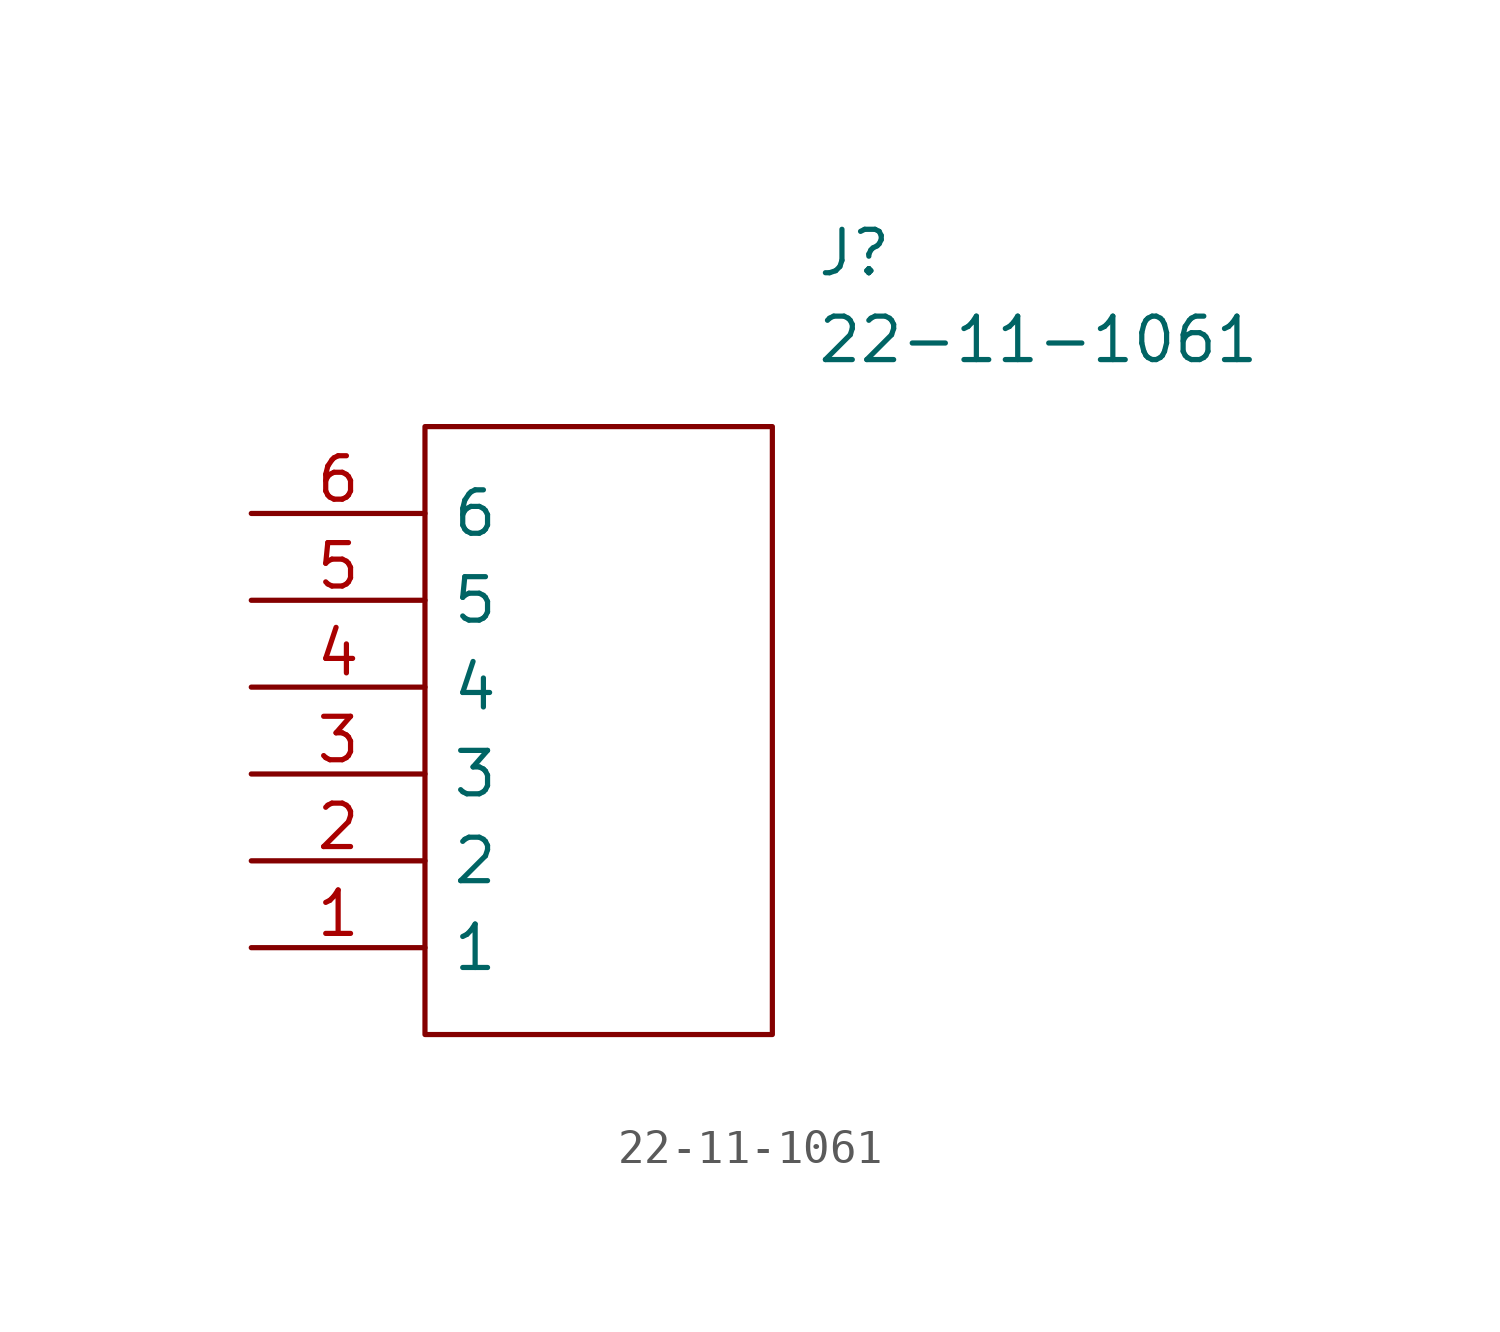
<source format=kicad_sym>
(kicad_symbol_lib
  (version 20211014)
  (generator kicad_symbol_editor)
  (symbol "22-11-1061"
    (pin_names
      (offset 0.762))
    (property "Reference" "J"
      (at 16.51 7.62 0)
      (effects (font (size 1.27 1.27)) (justify left)))
    (property "Value" "22-11-1061"
      (at 16.51 5.08 0)
      (effects (font (size 1.27 1.27)) (justify left)))
    (symbol "22-11-1061_0_0"
      (pin passive line (at 0 -12.7 0) (length 5.08) (name "1" (effects (font (size 1.27 1.27)))) (number "1" (effects (font (size 1.27 1.27)))))
      (pin passive line (at 0 -10.16 0) (length 5.08) (name "2" (effects (font (size 1.27 1.27)))) (number "2" (effects (font (size 1.27 1.27)))))
      (pin passive line (at 0 -7.62 0) (length 5.08) (name "3" (effects (font (size 1.27 1.27)))) (number "3" (effects (font (size 1.27 1.27)))))
      (pin passive line (at 0 -5.08 0) (length 5.08) (name "4" (effects (font (size 1.27 1.27)))) (number "4" (effects (font (size 1.27 1.27)))))
      (pin passive line (at 0 -2.54 0) (length 5.08) (name "5" (effects (font (size 1.27 1.27)))) (number "5" (effects (font (size 1.27 1.27)))))
      (pin passive line (at 0 0 0) (length 5.08) (name "6" (effects (font (size 1.27 1.27)))) (number "6" (effects (font (size 1.27 1.27))))))
    (symbol "22-11-1061_0_1"
      (polyline (pts (xy 5.08 2.54) (xy 15.24 2.54) (xy 15.24 -15.24) (xy 5.08 -15.24) (xy 5.08 2.54)) (stroke (width 0.152) (type default) (color 0 0 0 0)) (fill (type none))))))
</source>
